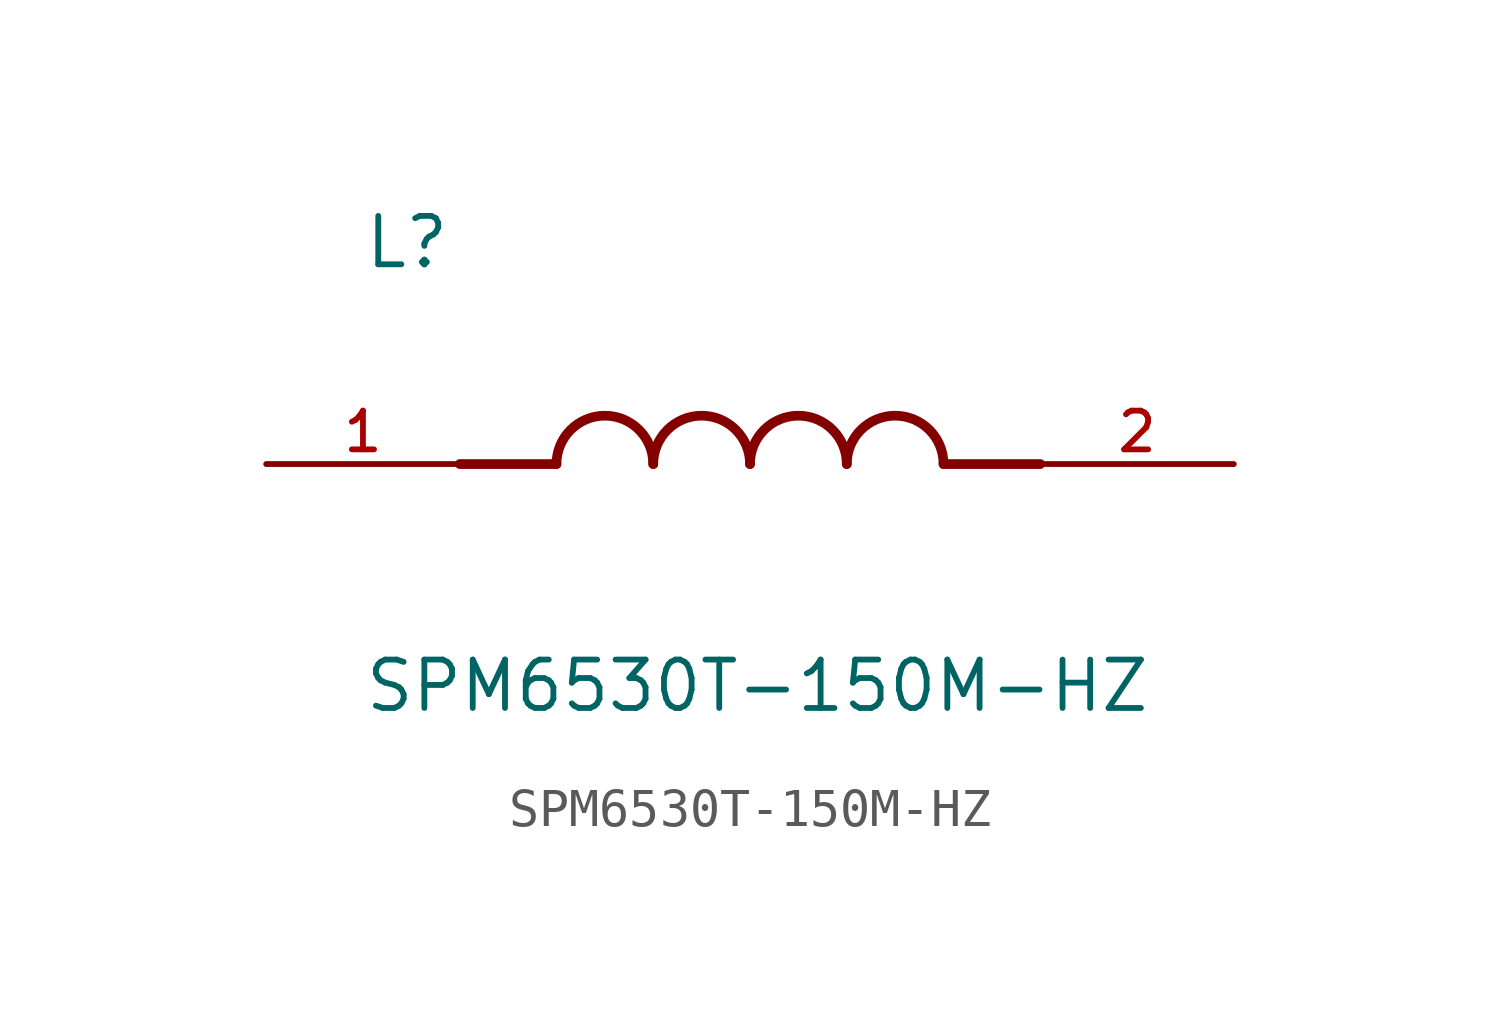
<source format=kicad_sym>
(kicad_symbol_lib
  (version 20211014)
  (generator kicad_symbol_editor)
  (symbol "SPM6530T-150M-HZ"
    (pin_names
      (offset 1.016))
    (property "Reference" "L"
      (at -10.16 5.08 0)
      (effects (font (size 1.27 1.27)) (justify bottom left)))
    (property "Value" "SPM6530T-150M-HZ"
      (at -10.16 -5.08 0)
      (effects (font (size 1.27 1.27)) (justify top left)))
    (symbol "SPM6530T-150M-HZ_0_0"
      (polyline (pts (xy -5.08 0.0) (xy -7.62 0.0)) (stroke (width 0.254)))
      (polyline (pts (xy 5.08 0.0) (xy 7.62 0.0)) (stroke (width 0.254)))
      (arc (start -2.54 0.0) (mid -3.81 1.27) (end -5.08 0.0) (stroke (width 0.254) (type default) (color 0 0 0 0)) (fill (type none)))
      (arc (start 0.0 0.0) (mid -1.27 1.27) (end -2.54 0.0) (stroke (width 0.254) (type default) (color 0 0 0 0)) (fill (type none)))
      (arc (start 2.54 0.0) (mid 1.27 1.27) (end 0.0 0.0) (stroke (width 0.254) (type default) (color 0 0 0 0)) (fill (type none)))
      (arc (start 5.08 0.0) (mid 3.81 1.27) (end 2.54 0.0) (stroke (width 0.254) (type default) (color 0 0 0 0)) (fill (type none)))
      (pin passive line (at -12.7 0.0 0) (length 5.08) (name "~" (effects (font (size 1.016 1.016)))) (number "1" (effects (font (size 1.016 1.016)))))
      (pin passive line (at 12.7 0.0 180.0) (length 5.08) (name "~" (effects (font (size 1.016 1.016)))) (number "2" (effects (font (size 1.016 1.016))))))))
</source>
